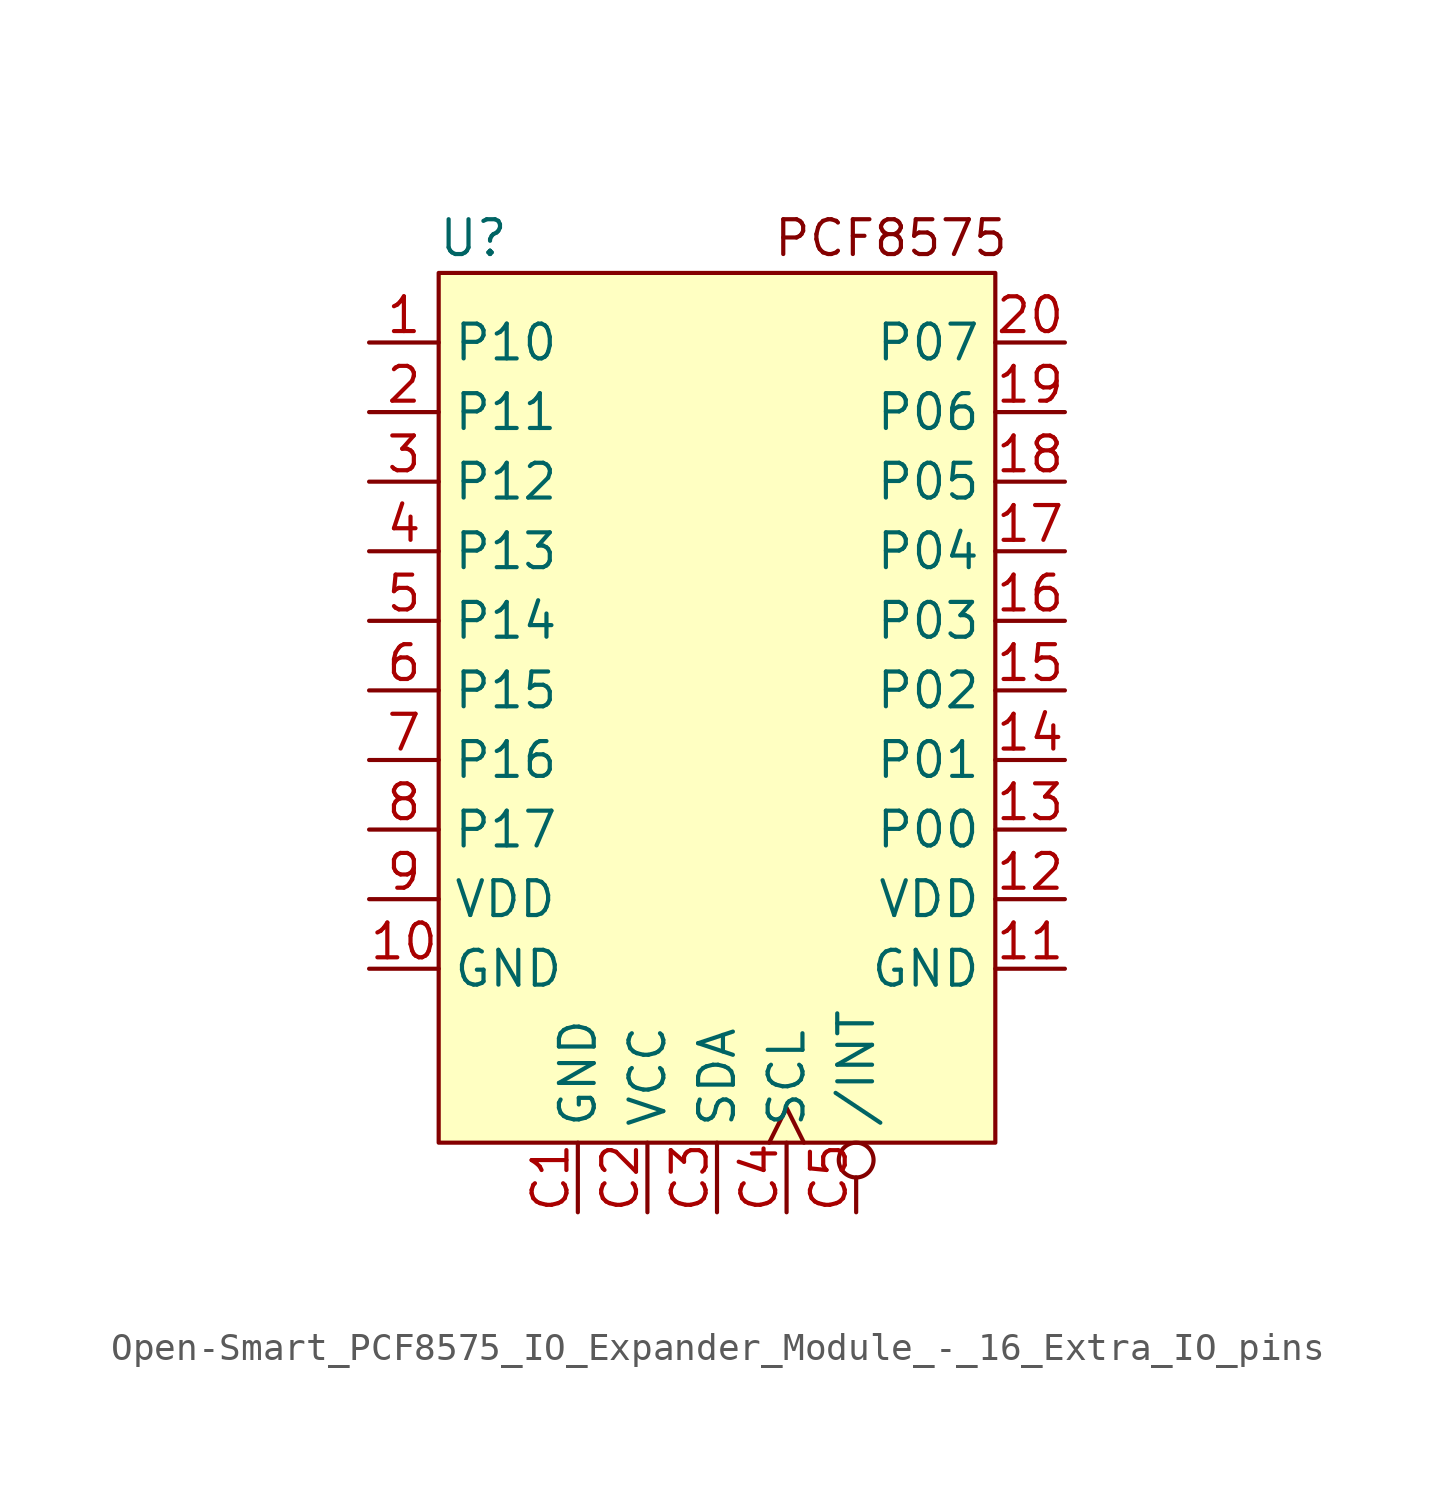
<source format=kicad_sym>
(kicad_symbol_lib
  (version 20231120)
  (generator "kicad_symbol_editor")
  (generator_version "8.0")
  (symbol "Open-Smart_PCF8575_IO_Expander_Module_-_16_Extra_IO_pins"
    (property "Reference" "U"
      (at -8.89 0 0)
      (effects (font (size 1.27 1.27))))
    (property "Value" ""
      (at 0 0 0)
      (effects (font (size 1.27 1.27))))
    (symbol "Open-Smart_PCF8575_IO_Expander_Module_-_16_Extra_IO_pins_1_1"
      (rectangle (start -10.16 -1.27) (end 10.16 -33.02) (stroke (width 0) (type default)) (fill (type background)))
      (text "PCF8575" (at 6.35 0 0) (effects (font (size 1.27 1.27))))
      (pin bidirectional line (at -12.7 -3.81 0) (length 2.54) (name "P10" (effects (font (size 1.27 1.27)))) (number "1" (effects (font (size 1.27 1.27)))))
      (pin power_in line (at -12.7 -26.67 0) (length 2.54) (name "GND" (effects (font (size 1.27 1.27)))) (number "10" (effects (font (size 1.27 1.27)))))
      (pin power_in line (at 12.7 -26.67 180) (length 2.54) (name "GND" (effects (font (size 1.27 1.27)))) (number "11" (effects (font (size 1.27 1.27)))))
      (pin power_in line (at 12.7 -24.13 180) (length 2.54) (name "VDD" (effects (font (size 1.27 1.27)))) (number "12" (effects (font (size 1.27 1.27)))))
      (pin bidirectional line (at 12.7 -21.59 180) (length 2.54) (name "P00" (effects (font (size 1.27 1.27)))) (number "13" (effects (font (size 1.27 1.27)))))
      (pin bidirectional line (at 12.7 -19.05 180) (length 2.54) (name "P01" (effects (font (size 1.27 1.27)))) (number "14" (effects (font (size 1.27 1.27)))))
      (pin bidirectional line (at 12.7 -16.51 180) (length 2.54) (name "P02" (effects (font (size 1.27 1.27)))) (number "15" (effects (font (size 1.27 1.27)))))
      (pin bidirectional line (at 12.7 -13.97 180) (length 2.54) (name "P03" (effects (font (size 1.27 1.27)))) (number "16" (effects (font (size 1.27 1.27)))))
      (pin bidirectional line (at 12.7 -11.43 180) (length 2.54) (name "P04" (effects (font (size 1.27 1.27)))) (number "17" (effects (font (size 1.27 1.27)))))
      (pin bidirectional line (at 12.7 -8.89 180) (length 2.54) (name "P05" (effects (font (size 1.27 1.27)))) (number "18" (effects (font (size 1.27 1.27)))))
      (pin bidirectional line (at 12.7 -6.35 180) (length 2.54) (name "P06" (effects (font (size 1.27 1.27)))) (number "19" (effects (font (size 1.27 1.27)))))
      (pin bidirectional line (at -12.7 -6.35 0) (length 2.54) (name "P11" (effects (font (size 1.27 1.27)))) (number "2" (effects (font (size 1.27 1.27)))))
      (pin bidirectional line (at 12.7 -3.81 180) (length 2.54) (name "P07" (effects (font (size 1.27 1.27)))) (number "20" (effects (font (size 1.27 1.27)))))
      (pin bidirectional line (at -12.7 -8.89 0) (length 2.54) (name "P12" (effects (font (size 1.27 1.27)))) (number "3" (effects (font (size 1.27 1.27)))))
      (pin bidirectional line (at -12.7 -11.43 0) (length 2.54) (name "P13" (effects (font (size 1.27 1.27)))) (number "4" (effects (font (size 1.27 1.27)))))
      (pin bidirectional line (at -12.7 -13.97 0) (length 2.54) (name "P14" (effects (font (size 1.27 1.27)))) (number "5" (effects (font (size 1.27 1.27)))))
      (pin bidirectional line (at -12.7 -16.51 0) (length 2.54) (name "P15" (effects (font (size 1.27 1.27)))) (number "6" (effects (font (size 1.27 1.27)))))
      (pin bidirectional line (at -12.7 -19.05 0) (length 2.54) (name "P16" (effects (font (size 1.27 1.27)))) (number "7" (effects (font (size 1.27 1.27)))))
      (pin bidirectional line (at -12.7 -21.59 0) (length 2.54) (name "P17" (effects (font (size 1.27 1.27)))) (number "8" (effects (font (size 1.27 1.27)))))
      (pin power_in line (at -12.7 -24.13 0) (length 2.54) (name "VDD" (effects (font (size 1.27 1.27)))) (number "9" (effects (font (size 1.27 1.27)))))
      (pin power_in line (at -5.08 -35.56 90) (length 2.54) (name "GND" (effects (font (size 1.27 1.27)))) (number "C1" (effects (font (size 1.27 1.27)))))
      (pin power_in line (at -2.54 -35.56 90) (length 2.54) (name "VCC" (effects (font (size 1.27 1.27)))) (number "C2" (effects (font (size 1.27 1.27)))))
      (pin bidirectional line (at 0 -35.56 90) (length 2.54) (name "SDA" (effects (font (size 1.27 1.27)))) (number "C3" (effects (font (size 1.27 1.27)))))
      (pin input clock (at 2.54 -35.56 90) (length 2.54) (name "SCL" (effects (font (size 1.27 1.27)))) (number "C4" (effects (font (size 1.27 1.27)))))
      (pin input inverted (at 5.08 -35.56 90) (length 2.54) (name "/INT" (effects (font (size 1.27 1.27)))) (number "C5" (effects (font (size 1.27 1.27))))))))
</source>
